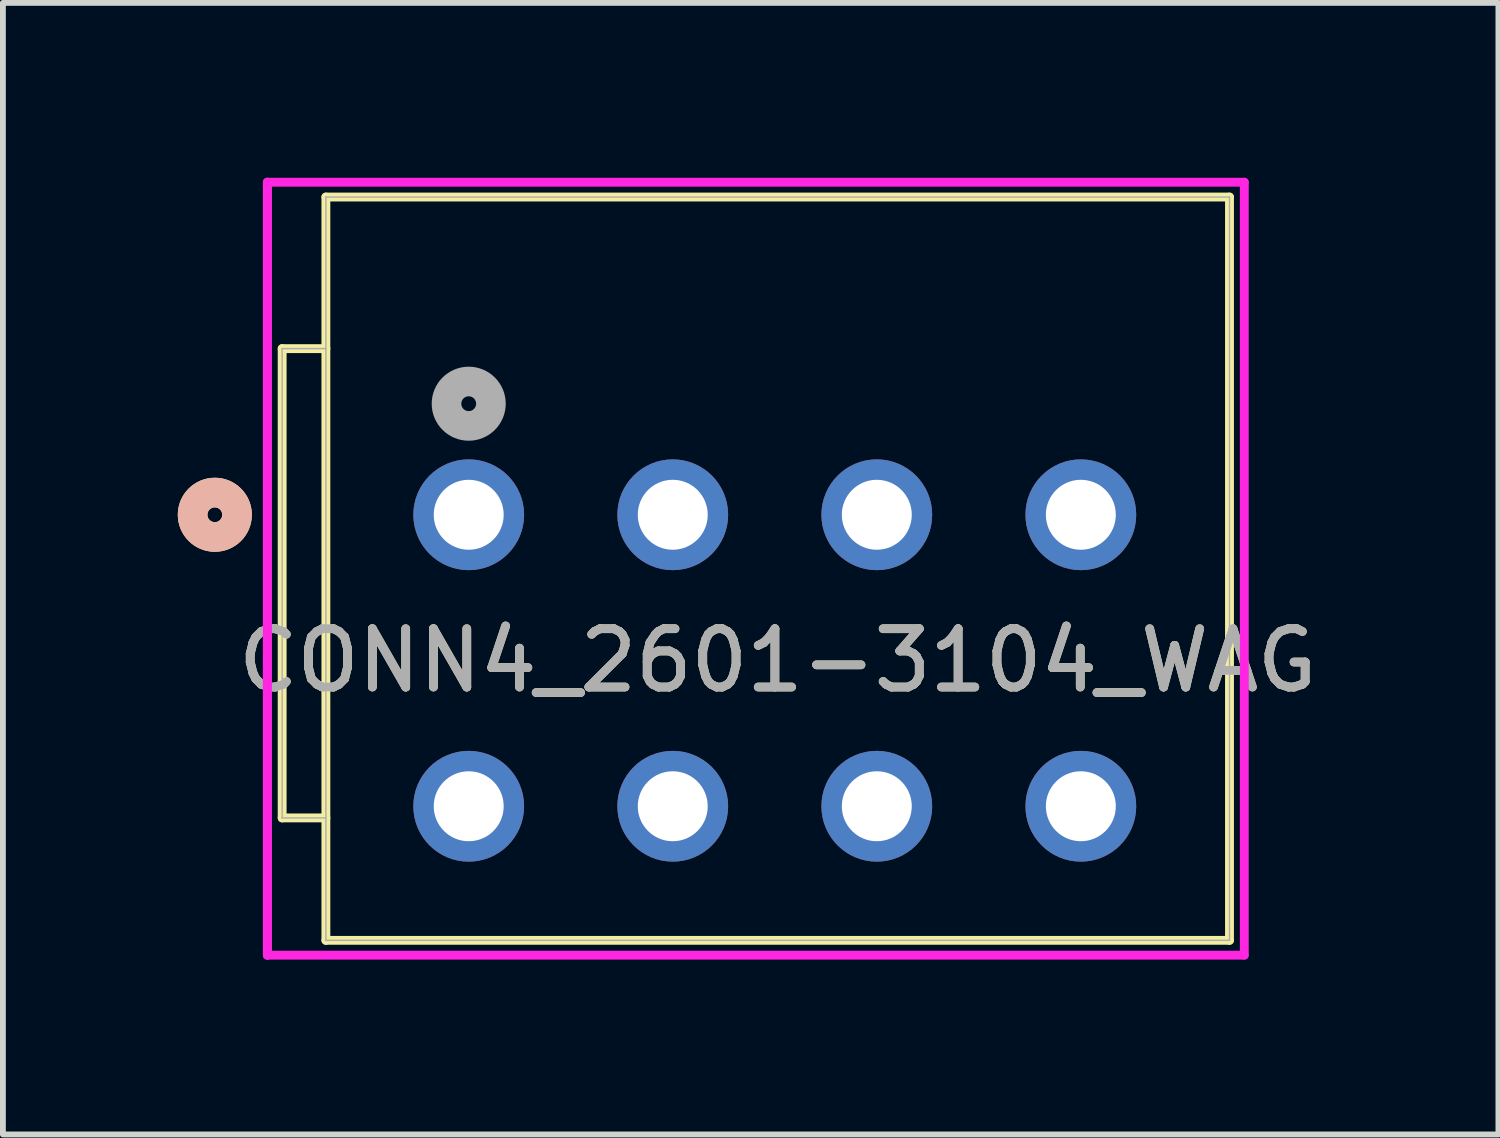
<source format=kicad_pcb>
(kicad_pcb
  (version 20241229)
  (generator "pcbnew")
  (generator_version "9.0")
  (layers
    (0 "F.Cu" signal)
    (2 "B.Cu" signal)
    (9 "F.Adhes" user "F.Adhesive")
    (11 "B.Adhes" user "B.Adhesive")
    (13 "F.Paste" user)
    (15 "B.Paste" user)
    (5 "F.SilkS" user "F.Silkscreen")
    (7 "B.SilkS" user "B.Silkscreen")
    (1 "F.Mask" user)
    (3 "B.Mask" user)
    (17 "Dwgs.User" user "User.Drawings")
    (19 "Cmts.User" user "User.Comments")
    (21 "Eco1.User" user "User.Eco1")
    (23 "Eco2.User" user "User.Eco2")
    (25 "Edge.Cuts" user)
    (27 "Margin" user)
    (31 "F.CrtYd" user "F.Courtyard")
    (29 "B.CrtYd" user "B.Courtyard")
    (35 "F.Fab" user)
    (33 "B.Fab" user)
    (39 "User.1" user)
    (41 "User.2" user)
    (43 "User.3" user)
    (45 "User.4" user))
  (footprint "CONN4_2601-3104_WAG"
    (layer "F.Cu")
    (at 4.99 5.78)
    (property "Reference" "CONN4_2601-3104_WAG" (at 5.3 2.5 0) (unlocked yes) (layer "F.SilkS") (effects (font (size 1 1) (thickness 0.15))))
    (attr through_hole)
    (fp_line (start -3.2 5.2) (end -3.2 -2.85) (stroke (width 0.152) (type solid)) (layer "F.SilkS"))
    (fp_line (start -2.45 -5.45) (end 13.05 -5.45) (stroke (width 0.152) (type solid)) (layer "F.SilkS"))
    (fp_line (start -2.45 7.3) (end -2.45 -5.45) (stroke (width 0.152) (type solid)) (layer "F.SilkS"))
    (fp_line (start -2.45 7.3) (end 13.05 7.3) (stroke (width 0.152) (type solid)) (layer "F.SilkS"))
    (fp_line (start -2.45 -2.85) (end -3.2 -2.85) (stroke (width 0.152) (type solid)) (layer "F.SilkS"))
    (fp_line (start -2.45 5.2) (end -3.2 5.2) (stroke (width 0.152) (type solid)) (layer "F.SilkS"))
    (fp_line (start 13.05 -5.45) (end 13.05 7.3) (stroke (width 0.152) (type solid)) (layer "F.SilkS"))
    (fp_circle (center -4.355 0) (end -3.974 0) (stroke (width 0.508) (type solid)) (fill no) (layer "F.SilkS"))
    (fp_circle (center -4.355 0) (end -3.974 0) (stroke (width 0.508) (type solid)) (fill no) (layer "B.SilkS"))
    (fp_line (start -3.454 -5.704) (end -3.454 7.554) (stroke (width 0.152) (type solid)) (layer "F.CrtYd"))
    (fp_line (start -3.454 -5.704) (end -3.454 7.554) (stroke (width 0.152) (type solid)) (layer "F.CrtYd"))
    (fp_line (start -3.454 7.554) (end 13.304 7.554) (stroke (width 0.152) (type solid)) (layer "F.CrtYd"))
    (fp_line (start 13.304 -5.704) (end -3.454 -5.704) (stroke (width 0.152) (type solid)) (layer "F.CrtYd"))
    (fp_line (start 13.304 7.554) (end 13.304 -5.704) (stroke (width 0.152) (type solid)) (layer "F.CrtYd"))
    (fp_line (start -3.2 5.2) (end -3.2 -2.85) (stroke (width 0.025) (type solid)) (layer "F.Fab"))
    (fp_line (start -2.45 -5.45) (end 13.05 -5.45) (stroke (width 0.025) (type solid)) (layer "F.Fab"))
    (fp_line (start -2.45 7.3) (end -2.45 -5.45) (stroke (width 0.025) (type solid)) (layer "F.Fab"))
    (fp_line (start -2.45 7.3) (end 13.05 7.3) (stroke (width 0.025) (type solid)) (layer "F.Fab"))
    (fp_line (start -2.45 -2.85) (end -3.2 -2.85) (stroke (width 0.025) (type solid)) (layer "F.Fab"))
    (fp_line (start -2.45 5.2) (end -3.2 5.2) (stroke (width 0.025) (type solid)) (layer "F.Fab"))
    (fp_line (start 13.05 -5.45) (end 13.05 7.3) (stroke (width 0.025) (type solid)) (layer "F.Fab"))
    (fp_circle (center 0 -1.905) (end 0.381 -1.905) (stroke (width 0.508) (type solid)) (fill no) (layer "F.Fab"))
    (fp_text user "${REFERENCE}" (at 5.3 2.5 0) (unlocked yes) (layer "F.Fab") (effects (font (size 1 1) (thickness 0.15))))
    (pad "1" thru_hole circle (at 0 0) (size 1.9 1.9) (drill 1.2) (layers "*.Cu" "*.Mask"))
    (pad "2" thru_hole circle (at 0 5) (size 1.9 1.9) (drill 1.2) (layers "*.Cu" "*.Mask"))
    (pad "3" thru_hole circle (at 3.5 0) (size 1.9 1.9) (drill 1.2) (layers "*.Cu" "*.Mask"))
    (pad "4" thru_hole circle (at 3.5 5) (size 1.9 1.9) (drill 1.2) (layers "*.Cu" "*.Mask"))
    (pad "5" thru_hole circle (at 7 0) (size 1.9 1.9) (drill 1.2) (layers "*.Cu" "*.Mask"))
    (pad "6" thru_hole circle (at 7 5) (size 1.9 1.9) (drill 1.2) (layers "*.Cu" "*.Mask"))
    (pad "7" thru_hole circle (at 10.5 0) (size 1.9 1.9) (drill 1.2) (layers "*.Cu" "*.Mask"))
    (pad "8" thru_hole circle (at 10.5 5) (size 1.9 1.9) (drill 1.2) (layers "*.Cu" "*.Mask")))
  (gr_rect
    (start -3 -3)
    (end 22.653 16.41)
    (stroke (width 0.1) (type default))
    (fill no)
    (layer "Edge.Cuts")))
</source>
